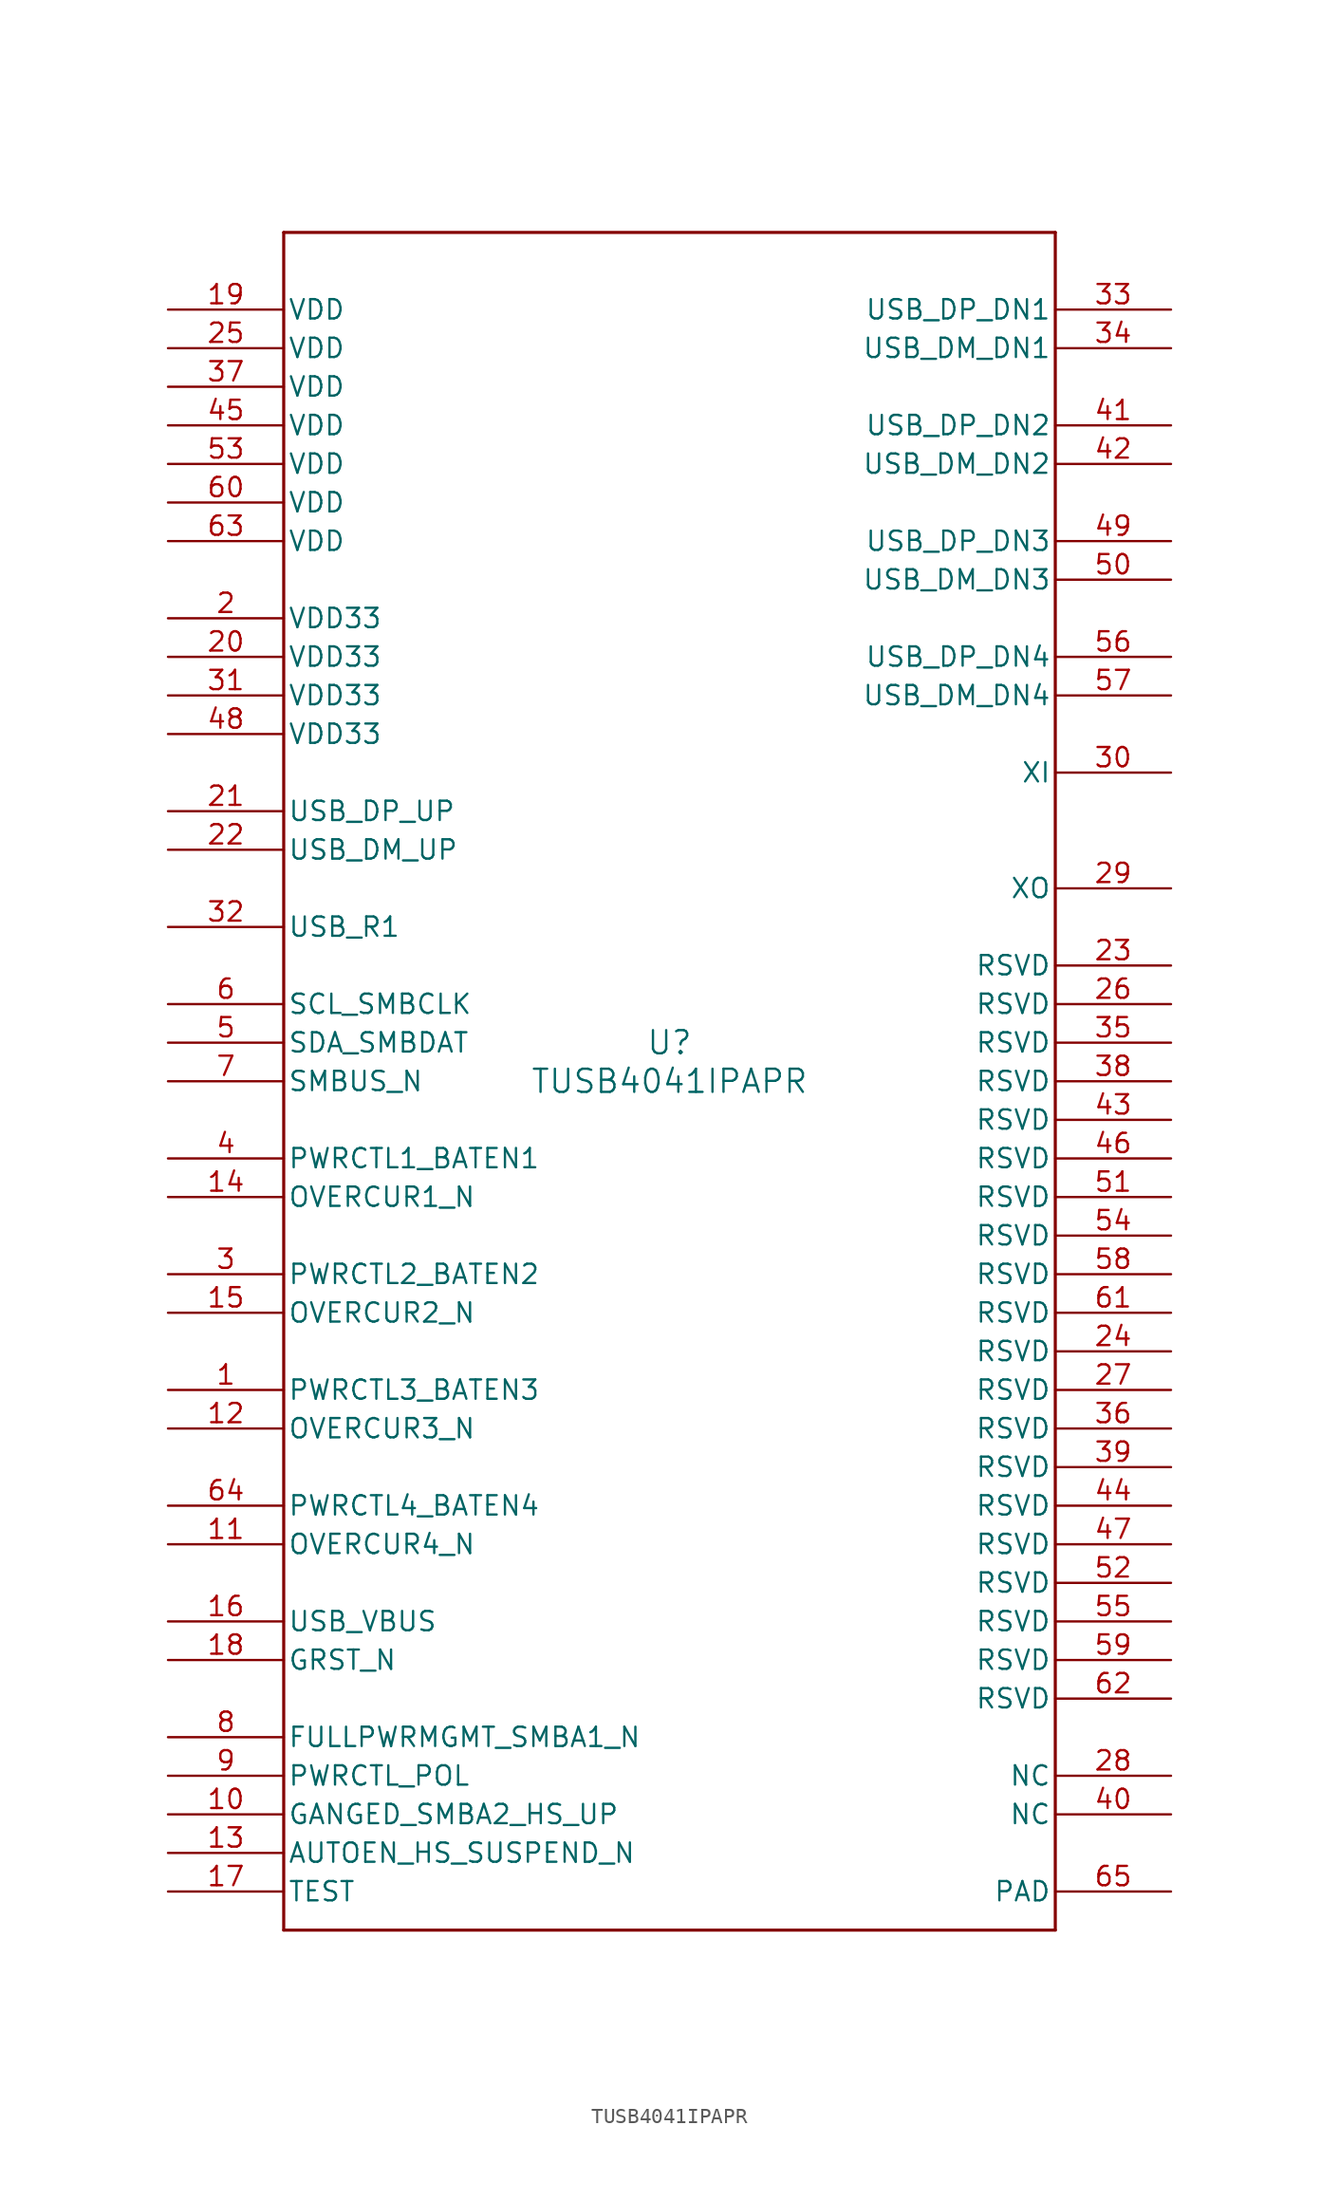
<source format=kicad_sym>
(kicad_symbol_lib
  (version 20220914)
  (generator kicad_symbol_editor)
  (symbol "TUSB4041IPAPR"
    (pin_names
      (offset 0.254))
    (property "Reference" "U"
      (at 0 2.54 0)
      (effects (font (size 1.524 1.524))))
    (property "Value" "TUSB4041IPAPR"
      (at 0 0 0)
      (effects (font (size 1.524 1.524))))
    (symbol "TUSB4041IPAPR_0_1"
      (polyline (pts (xy -25.4 -55.88) (xy 25.4 -55.88)) (stroke (width 0.203) (type default)) (fill (type none)))
      (polyline (pts (xy -25.4 55.88) (xy -25.4 -55.88)) (stroke (width 0.203) (type default)) (fill (type none)))
      (polyline (pts (xy 25.4 -55.88) (xy 25.4 55.88)) (stroke (width 0.203) (type default)) (fill (type none)))
      (polyline (pts (xy 25.4 55.88) (xy -25.4 55.88)) (stroke (width 0.203) (type default)) (fill (type none)))
      (pin bidirectional line (at -33.02 -20.32 0) (length 7.62) (name "PWRCTL3_BATEN3" (effects (font (size 1.27 1.27)))) (number "1" (effects (font (size 1.27 1.27)))))
      (pin bidirectional line (at -33.02 -48.26 0) (length 7.62) (name "GANGED_SMBA2_HS_UP" (effects (font (size 1.27 1.27)))) (number "10" (effects (font (size 1.27 1.27)))))
      (pin input line (at -33.02 -30.48 0) (length 7.62) (name "OVERCUR4_N" (effects (font (size 1.27 1.27)))) (number "11" (effects (font (size 1.27 1.27)))))
      (pin input line (at -33.02 -22.86 0) (length 7.62) (name "OVERCUR3_N" (effects (font (size 1.27 1.27)))) (number "12" (effects (font (size 1.27 1.27)))))
      (pin bidirectional line (at -33.02 -50.8 0) (length 7.62) (name "AUTOEN_HS_SUSPEND_N" (effects (font (size 1.27 1.27)))) (number "13" (effects (font (size 1.27 1.27)))))
      (pin input line (at -33.02 -7.62 0) (length 7.62) (name "OVERCUR1_N" (effects (font (size 1.27 1.27)))) (number "14" (effects (font (size 1.27 1.27)))))
      (pin input line (at -33.02 -15.24 0) (length 7.62) (name "OVERCUR2_N" (effects (font (size 1.27 1.27)))) (number "15" (effects (font (size 1.27 1.27)))))
      (pin input line (at -33.02 -35.56 0) (length 7.62) (name "USB_VBUS" (effects (font (size 1.27 1.27)))) (number "16" (effects (font (size 1.27 1.27)))))
      (pin input line (at -33.02 -53.34 0) (length 7.62) (name "TEST" (effects (font (size 1.27 1.27)))) (number "17" (effects (font (size 1.27 1.27)))))
      (pin input line (at -33.02 -38.1 0) (length 7.62) (name "GRST_N" (effects (font (size 1.27 1.27)))) (number "18" (effects (font (size 1.27 1.27)))))
      (pin power_in line (at -33.02 50.8 0) (length 7.62) (name "VDD" (effects (font (size 1.27 1.27)))) (number "19" (effects (font (size 1.27 1.27)))))
      (pin power_in line (at -33.02 30.48 0) (length 7.62) (name "VDD33" (effects (font (size 1.27 1.27)))) (number "2" (effects (font (size 1.27 1.27)))))
      (pin power_in line (at -33.02 27.94 0) (length 7.62) (name "VDD33" (effects (font (size 1.27 1.27)))) (number "20" (effects (font (size 1.27 1.27)))))
      (pin bidirectional line (at -33.02 17.78 0) (length 7.62) (name "USB_DP_UP" (effects (font (size 1.27 1.27)))) (number "21" (effects (font (size 1.27 1.27)))))
      (pin bidirectional line (at -33.02 15.24 0) (length 7.62) (name "USB_DM_UP" (effects (font (size 1.27 1.27)))) (number "22" (effects (font (size 1.27 1.27)))))
      (pin unspecified line (at 33.02 7.62 180) (length 7.62) (name "RSVD" (effects (font (size 1.27 1.27)))) (number "23" (effects (font (size 1.27 1.27)))))
      (pin unspecified line (at 33.02 -17.78 180) (length 7.62) (name "RSVD" (effects (font (size 1.27 1.27)))) (number "24" (effects (font (size 1.27 1.27)))))
      (pin power_in line (at -33.02 48.26 0) (length 7.62) (name "VDD" (effects (font (size 1.27 1.27)))) (number "25" (effects (font (size 1.27 1.27)))))
      (pin unspecified line (at 33.02 5.08 180) (length 7.62) (name "RSVD" (effects (font (size 1.27 1.27)))) (number "26" (effects (font (size 1.27 1.27)))))
      (pin unspecified line (at 33.02 -20.32 180) (length 7.62) (name "RSVD" (effects (font (size 1.27 1.27)))) (number "27" (effects (font (size 1.27 1.27)))))
      (pin unspecified line (at 33.02 -45.72 180) (length 7.62) (name "NC" (effects (font (size 1.27 1.27)))) (number "28" (effects (font (size 1.27 1.27)))))
      (pin unspecified line (at 33.02 12.7 180) (length 7.62) (name "XO" (effects (font (size 1.27 1.27)))) (number "29" (effects (font (size 1.27 1.27)))))
      (pin bidirectional line (at -33.02 -12.7 0) (length 7.62) (name "PWRCTL2_BATEN2" (effects (font (size 1.27 1.27)))) (number "3" (effects (font (size 1.27 1.27)))))
      (pin unspecified line (at 33.02 20.32 180) (length 7.62) (name "XI" (effects (font (size 1.27 1.27)))) (number "30" (effects (font (size 1.27 1.27)))))
      (pin power_in line (at -33.02 25.4 0) (length 7.62) (name "VDD33" (effects (font (size 1.27 1.27)))) (number "31" (effects (font (size 1.27 1.27)))))
      (pin unspecified line (at -33.02 10.16 0) (length 7.62) (name "USB_R1" (effects (font (size 1.27 1.27)))) (number "32" (effects (font (size 1.27 1.27)))))
      (pin bidirectional line (at 33.02 50.8 180) (length 7.62) (name "USB_DP_DN1" (effects (font (size 1.27 1.27)))) (number "33" (effects (font (size 1.27 1.27)))))
      (pin bidirectional line (at 33.02 48.26 180) (length 7.62) (name "USB_DM_DN1" (effects (font (size 1.27 1.27)))) (number "34" (effects (font (size 1.27 1.27)))))
      (pin unspecified line (at 33.02 2.54 180) (length 7.62) (name "RSVD" (effects (font (size 1.27 1.27)))) (number "35" (effects (font (size 1.27 1.27)))))
      (pin unspecified line (at 33.02 -22.86 180) (length 7.62) (name "RSVD" (effects (font (size 1.27 1.27)))) (number "36" (effects (font (size 1.27 1.27)))))
      (pin power_in line (at -33.02 45.72 0) (length 7.62) (name "VDD" (effects (font (size 1.27 1.27)))) (number "37" (effects (font (size 1.27 1.27)))))
      (pin unspecified line (at 33.02 0 180) (length 7.62) (name "RSVD" (effects (font (size 1.27 1.27)))) (number "38" (effects (font (size 1.27 1.27)))))
      (pin unspecified line (at 33.02 -25.4 180) (length 7.62) (name "RSVD" (effects (font (size 1.27 1.27)))) (number "39" (effects (font (size 1.27 1.27)))))
      (pin bidirectional line (at -33.02 -5.08 0) (length 7.62) (name "PWRCTL1_BATEN1" (effects (font (size 1.27 1.27)))) (number "4" (effects (font (size 1.27 1.27)))))
      (pin unspecified line (at 33.02 -48.26 180) (length 7.62) (name "NC" (effects (font (size 1.27 1.27)))) (number "40" (effects (font (size 1.27 1.27)))))
      (pin bidirectional line (at 33.02 43.18 180) (length 7.62) (name "USB_DP_DN2" (effects (font (size 1.27 1.27)))) (number "41" (effects (font (size 1.27 1.27)))))
      (pin bidirectional line (at 33.02 40.64 180) (length 7.62) (name "USB_DM_DN2" (effects (font (size 1.27 1.27)))) (number "42" (effects (font (size 1.27 1.27)))))
      (pin unspecified line (at 33.02 -2.54 180) (length 7.62) (name "RSVD" (effects (font (size 1.27 1.27)))) (number "43" (effects (font (size 1.27 1.27)))))
      (pin unspecified line (at 33.02 -27.94 180) (length 7.62) (name "RSVD" (effects (font (size 1.27 1.27)))) (number "44" (effects (font (size 1.27 1.27)))))
      (pin power_in line (at -33.02 43.18 0) (length 7.62) (name "VDD" (effects (font (size 1.27 1.27)))) (number "45" (effects (font (size 1.27 1.27)))))
      (pin unspecified line (at 33.02 -5.08 180) (length 7.62) (name "RSVD" (effects (font (size 1.27 1.27)))) (number "46" (effects (font (size 1.27 1.27)))))
      (pin unspecified line (at 33.02 -30.48 180) (length 7.62) (name "RSVD" (effects (font (size 1.27 1.27)))) (number "47" (effects (font (size 1.27 1.27)))))
      (pin power_in line (at -33.02 22.86 0) (length 7.62) (name "VDD33" (effects (font (size 1.27 1.27)))) (number "48" (effects (font (size 1.27 1.27)))))
      (pin bidirectional line (at 33.02 35.56 180) (length 7.62) (name "USB_DP_DN3" (effects (font (size 1.27 1.27)))) (number "49" (effects (font (size 1.27 1.27)))))
      (pin bidirectional line (at -33.02 2.54 0) (length 7.62) (name "SDA_SMBDAT" (effects (font (size 1.27 1.27)))) (number "5" (effects (font (size 1.27 1.27)))))
      (pin bidirectional line (at 33.02 33.02 180) (length 7.62) (name "USB_DM_DN3" (effects (font (size 1.27 1.27)))) (number "50" (effects (font (size 1.27 1.27)))))
      (pin unspecified line (at 33.02 -7.62 180) (length 7.62) (name "RSVD" (effects (font (size 1.27 1.27)))) (number "51" (effects (font (size 1.27 1.27)))))
      (pin unspecified line (at 33.02 -33.02 180) (length 7.62) (name "RSVD" (effects (font (size 1.27 1.27)))) (number "52" (effects (font (size 1.27 1.27)))))
      (pin power_in line (at -33.02 40.64 0) (length 7.62) (name "VDD" (effects (font (size 1.27 1.27)))) (number "53" (effects (font (size 1.27 1.27)))))
      (pin unspecified line (at 33.02 -10.16 180) (length 7.62) (name "RSVD" (effects (font (size 1.27 1.27)))) (number "54" (effects (font (size 1.27 1.27)))))
      (pin unspecified line (at 33.02 -35.56 180) (length 7.62) (name "RSVD" (effects (font (size 1.27 1.27)))) (number "55" (effects (font (size 1.27 1.27)))))
      (pin bidirectional line (at 33.02 27.94 180) (length 7.62) (name "USB_DP_DN4" (effects (font (size 1.27 1.27)))) (number "56" (effects (font (size 1.27 1.27)))))
      (pin bidirectional line (at 33.02 25.4 180) (length 7.62) (name "USB_DM_DN4" (effects (font (size 1.27 1.27)))) (number "57" (effects (font (size 1.27 1.27)))))
      (pin unspecified line (at 33.02 -12.7 180) (length 7.62) (name "RSVD" (effects (font (size 1.27 1.27)))) (number "58" (effects (font (size 1.27 1.27)))))
      (pin unspecified line (at 33.02 -38.1 180) (length 7.62) (name "RSVD" (effects (font (size 1.27 1.27)))) (number "59" (effects (font (size 1.27 1.27)))))
      (pin bidirectional line (at -33.02 5.08 0) (length 7.62) (name "SCL_SMBCLK" (effects (font (size 1.27 1.27)))) (number "6" (effects (font (size 1.27 1.27)))))
      (pin power_in line (at -33.02 38.1 0) (length 7.62) (name "VDD" (effects (font (size 1.27 1.27)))) (number "60" (effects (font (size 1.27 1.27)))))
      (pin unspecified line (at 33.02 -15.24 180) (length 7.62) (name "RSVD" (effects (font (size 1.27 1.27)))) (number "61" (effects (font (size 1.27 1.27)))))
      (pin unspecified line (at 33.02 -40.64 180) (length 7.62) (name "RSVD" (effects (font (size 1.27 1.27)))) (number "62" (effects (font (size 1.27 1.27)))))
      (pin power_in line (at -33.02 35.56 0) (length 7.62) (name "VDD" (effects (font (size 1.27 1.27)))) (number "63" (effects (font (size 1.27 1.27)))))
      (pin bidirectional line (at -33.02 -27.94 0) (length 7.62) (name "PWRCTL4_BATEN4" (effects (font (size 1.27 1.27)))) (number "64" (effects (font (size 1.27 1.27)))))
      (pin power_in line (at 33.02 -53.34 180) (length 7.62) (name "PAD" (effects (font (size 1.27 1.27)))) (number "65" (effects (font (size 1.27 1.27)))))
      (pin bidirectional line (at -33.02 0 0) (length 7.62) (name "SMBUS_N" (effects (font (size 1.27 1.27)))) (number "7" (effects (font (size 1.27 1.27)))))
      (pin bidirectional line (at -33.02 -43.18 0) (length 7.62) (name "FULLPWRMGMT_SMBA1_N" (effects (font (size 1.27 1.27)))) (number "8" (effects (font (size 1.27 1.27)))))
      (pin bidirectional line (at -33.02 -45.72 0) (length 7.62) (name "PWRCTL_POL" (effects (font (size 1.27 1.27)))) (number "9" (effects (font (size 1.27 1.27))))))))
</source>
